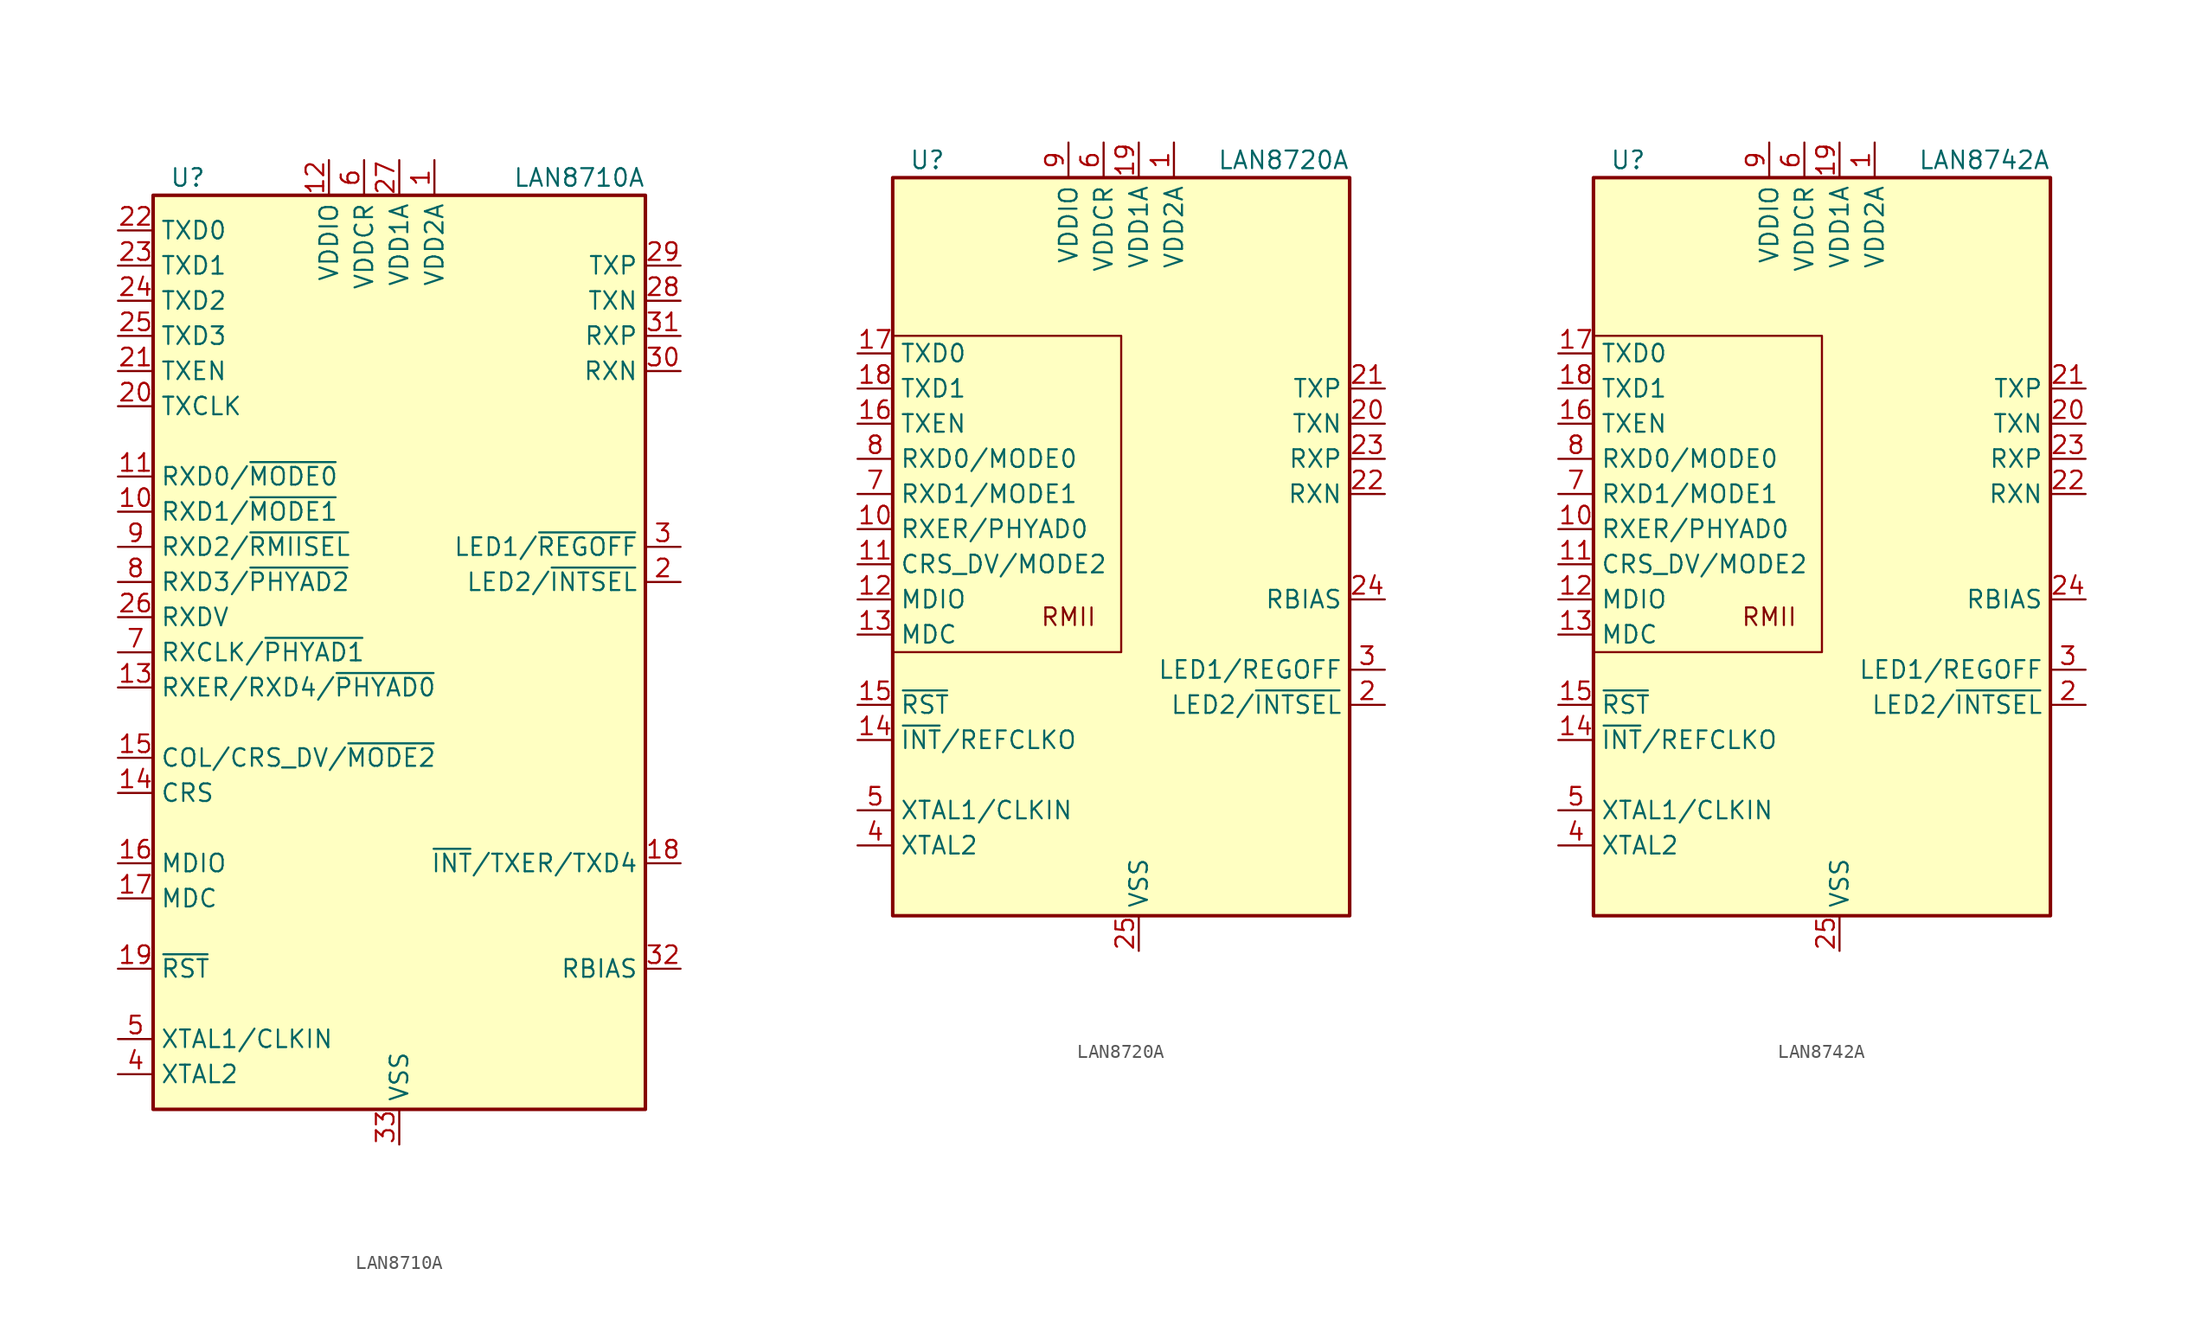
<source format=kicad_sym>
(kicad_symbol_lib
  (version 20241209)
  (generator "kicad_symbol_editor")
  (generator_version "9.0")
  (symbol "LAN8710A"
    (property "Reference" "U"
      (at -13.97 34.29 0)
      (effects (font (size 1.27 1.27)) (justify right)))
    (property "Value" "LAN8710A"
      (at 17.78 34.29 0)
      (effects (font (size 1.27 1.27)) (justify right)))
    (symbol "LAN8710A_0_1"
      (rectangle (start -17.78 33.02) (end 17.78 -33.02) (stroke (width 0.254) (type default)) (fill (type background))))
    (symbol "LAN8710A_1_1"
      (pin input line (at -20.32 30.48 0) (length 2.54) (name "TXD0" (effects (font (size 1.27 1.27)))) (number "22" (effects (font (size 1.27 1.27)))))
      (pin input line (at -20.32 27.94 0) (length 2.54) (name "TXD1" (effects (font (size 1.27 1.27)))) (number "23" (effects (font (size 1.27 1.27)))))
      (pin input line (at -20.32 25.4 0) (length 2.54) (name "TXD2" (effects (font (size 1.27 1.27)))) (number "24" (effects (font (size 1.27 1.27)))))
      (pin input line (at -20.32 22.86 0) (length 2.54) (name "TXD3" (effects (font (size 1.27 1.27)))) (number "25" (effects (font (size 1.27 1.27)))))
      (pin input line (at -20.32 20.32 0) (length 2.54) (name "TXEN" (effects (font (size 1.27 1.27)))) (number "21" (effects (font (size 1.27 1.27)))))
      (pin output line (at -20.32 17.78 0) (length 2.54) (name "TXCLK" (effects (font (size 1.27 1.27)))) (number "20" (effects (font (size 1.27 1.27)))))
      (pin bidirectional line (at -20.32 12.7 0) (length 2.54) (name "RXD0/~{MODE0}" (effects (font (size 1.27 1.27)))) (number "11" (effects (font (size 1.27 1.27)))))
      (pin bidirectional line (at -20.32 10.16 0) (length 2.54) (name "RXD1/~{MODE1}" (effects (font (size 1.27 1.27)))) (number "10" (effects (font (size 1.27 1.27)))))
      (pin bidirectional line (at -20.32 7.62 0) (length 2.54) (name "RXD2/~{RMIISEL}" (effects (font (size 1.27 1.27)))) (number "9" (effects (font (size 1.27 1.27)))))
      (pin bidirectional line (at -20.32 5.08 0) (length 2.54) (name "RXD3/~{PHYAD2}" (effects (font (size 1.27 1.27)))) (number "8" (effects (font (size 1.27 1.27)))))
      (pin output line (at -20.32 2.54 0) (length 2.54) (name "RXDV" (effects (font (size 1.27 1.27)))) (number "26" (effects (font (size 1.27 1.27)))))
      (pin bidirectional line (at -20.32 0 0) (length 2.54) (name "RXCLK/~{PHYAD1}" (effects (font (size 1.27 1.27)))) (number "7" (effects (font (size 1.27 1.27)))))
      (pin bidirectional line (at -20.32 -2.54 0) (length 2.54) (name "RXER/RXD4/~{PHYAD0}" (effects (font (size 1.27 1.27)))) (number "13" (effects (font (size 1.27 1.27)))))
      (pin bidirectional line (at -20.32 -7.62 0) (length 2.54) (name "COL/CRS_DV/~{MODE2}" (effects (font (size 1.27 1.27)))) (number "15" (effects (font (size 1.27 1.27)))))
      (pin output line (at -20.32 -10.16 0) (length 2.54) (name "CRS" (effects (font (size 1.27 1.27)))) (number "14" (effects (font (size 1.27 1.27)))))
      (pin bidirectional line (at -20.32 -15.24 0) (length 2.54) (name "MDIO" (effects (font (size 1.27 1.27)))) (number "16" (effects (font (size 1.27 1.27)))))
      (pin input line (at -20.32 -17.78 0) (length 2.54) (name "MDC" (effects (font (size 1.27 1.27)))) (number "17" (effects (font (size 1.27 1.27)))))
      (pin input line (at -20.32 -22.86 0) (length 2.54) (name "~{RST}" (effects (font (size 1.27 1.27)))) (number "19" (effects (font (size 1.27 1.27)))))
      (pin input line (at -20.32 -27.94 0) (length 2.54) (name "XTAL1/CLKIN" (effects (font (size 1.27 1.27)))) (number "5" (effects (font (size 1.27 1.27)))))
      (pin output line (at -20.32 -30.48 0) (length 2.54) (name "XTAL2" (effects (font (size 1.27 1.27)))) (number "4" (effects (font (size 1.27 1.27)))))
      (pin power_in line (at -5.08 35.56 270) (length 2.54) (name "VDDIO" (effects (font (size 1.27 1.27)))) (number "12" (effects (font (size 1.27 1.27)))))
      (pin power_in line (at -2.54 35.56 270) (length 2.54) (name "VDDCR" (effects (font (size 1.27 1.27)))) (number "6" (effects (font (size 1.27 1.27)))))
      (pin power_in line (at 0 35.56 270) (length 2.54) (name "VDD1A" (effects (font (size 1.27 1.27)))) (number "27" (effects (font (size 1.27 1.27)))))
      (pin power_in line (at 0 -35.56 90) (length 2.54) (name "VSS" (effects (font (size 1.27 1.27)))) (number "33" (effects (font (size 1.27 1.27)))))
      (pin power_in line (at 2.54 35.56 270) (length 2.54) (name "VDD2A" (effects (font (size 1.27 1.27)))) (number "1" (effects (font (size 1.27 1.27)))))
      (pin bidirectional line (at 20.32 27.94 180) (length 2.54) (name "TXP" (effects (font (size 1.27 1.27)))) (number "29" (effects (font (size 1.27 1.27)))))
      (pin bidirectional line (at 20.32 25.4 180) (length 2.54) (name "TXN" (effects (font (size 1.27 1.27)))) (number "28" (effects (font (size 1.27 1.27)))))
      (pin bidirectional line (at 20.32 22.86 180) (length 2.54) (name "RXP" (effects (font (size 1.27 1.27)))) (number "31" (effects (font (size 1.27 1.27)))))
      (pin bidirectional line (at 20.32 20.32 180) (length 2.54) (name "RXN" (effects (font (size 1.27 1.27)))) (number "30" (effects (font (size 1.27 1.27)))))
      (pin bidirectional line (at 20.32 7.62 180) (length 2.54) (name "LED1/~{REGOFF}" (effects (font (size 1.27 1.27)))) (number "3" (effects (font (size 1.27 1.27)))))
      (pin bidirectional line (at 20.32 5.08 180) (length 2.54) (name "LED2/~{INTSEL}" (effects (font (size 1.27 1.27)))) (number "2" (effects (font (size 1.27 1.27)))))
      (pin bidirectional line (at 20.32 -15.24 180) (length 2.54) (name "~{INT}/TXER/TXD4" (effects (font (size 1.27 1.27)))) (number "18" (effects (font (size 1.27 1.27)))))
      (pin passive line (at 20.32 -22.86 180) (length 2.54) (name "RBIAS" (effects (font (size 1.27 1.27)))) (number "32" (effects (font (size 1.27 1.27)))))))
  (symbol "LAN8720A"
    (property "Reference" "U"
      (at -13.97 29.21 0)
      (effects (font (size 1.27 1.27)) (justify right)))
    (property "Value" "LAN8720A"
      (at 15.24 29.21 0)
      (effects (font (size 1.27 1.27)) (justify right)))
    (symbol "LAN8720A_0_0"
      (text "RMII" (at -5.08 -3.81 0) (effects (font (size 1.27 1.27)))))
    (symbol "LAN8720A_0_1"
      (rectangle (start -17.78 27.94) (end 15.24 -25.4) (stroke (width 0.254) (type default)) (fill (type background)))
      (polyline (pts (xy -17.78 -6.35) (xy -1.27 -6.35) (xy -1.27 16.51) (xy -17.78 16.51)) (stroke (width 0) (type default)) (fill (type none))))
    (symbol "LAN8720A_1_1"
      (pin input line (at -20.32 15.24 0) (length 2.54) (name "TXD0" (effects (font (size 1.27 1.27)))) (number "17" (effects (font (size 1.27 1.27)))))
      (pin input line (at -20.32 12.7 0) (length 2.54) (name "TXD1" (effects (font (size 1.27 1.27)))) (number "18" (effects (font (size 1.27 1.27)))))
      (pin input line (at -20.32 10.16 0) (length 2.54) (name "TXEN" (effects (font (size 1.27 1.27)))) (number "16" (effects (font (size 1.27 1.27)))))
      (pin bidirectional line (at -20.32 7.62 0) (length 2.54) (name "RXD0/MODE0" (effects (font (size 1.27 1.27)))) (number "8" (effects (font (size 1.27 1.27)))))
      (pin bidirectional line (at -20.32 5.08 0) (length 2.54) (name "RXD1/MODE1" (effects (font (size 1.27 1.27)))) (number "7" (effects (font (size 1.27 1.27)))))
      (pin output line (at -20.32 2.54 0) (length 2.54) (name "RXER/PHYAD0" (effects (font (size 1.27 1.27)))) (number "10" (effects (font (size 1.27 1.27)))))
      (pin bidirectional line (at -20.32 0 0) (length 2.54) (name "CRS_DV/MODE2" (effects (font (size 1.27 1.27)))) (number "11" (effects (font (size 1.27 1.27)))))
      (pin bidirectional line (at -20.32 -2.54 0) (length 2.54) (name "MDIO" (effects (font (size 1.27 1.27)))) (number "12" (effects (font (size 1.27 1.27)))))
      (pin input line (at -20.32 -5.08 0) (length 2.54) (name "MDC" (effects (font (size 1.27 1.27)))) (number "13" (effects (font (size 1.27 1.27)))))
      (pin input line (at -20.32 -10.16 0) (length 2.54) (name "~{RST}" (effects (font (size 1.27 1.27)))) (number "15" (effects (font (size 1.27 1.27)))))
      (pin output line (at -20.32 -12.7 0) (length 2.54) (name "~{INT}/REFCLKO" (effects (font (size 1.27 1.27)))) (number "14" (effects (font (size 1.27 1.27)))))
      (pin input line (at -20.32 -17.78 0) (length 2.54) (name "XTAL1/CLKIN" (effects (font (size 1.27 1.27)))) (number "5" (effects (font (size 1.27 1.27)))))
      (pin output line (at -20.32 -20.32 0) (length 2.54) (name "XTAL2" (effects (font (size 1.27 1.27)))) (number "4" (effects (font (size 1.27 1.27)))))
      (pin power_in line (at -5.08 30.48 270) (length 2.54) (name "VDDIO" (effects (font (size 1.27 1.27)))) (number "9" (effects (font (size 1.27 1.27)))))
      (pin power_in line (at -2.54 30.48 270) (length 2.54) (name "VDDCR" (effects (font (size 1.27 1.27)))) (number "6" (effects (font (size 1.27 1.27)))))
      (pin power_in line (at 0 30.48 270) (length 2.54) (name "VDD1A" (effects (font (size 1.27 1.27)))) (number "19" (effects (font (size 1.27 1.27)))))
      (pin power_in line (at 0 -27.94 90) (length 2.54) (name "VSS" (effects (font (size 1.27 1.27)))) (number "25" (effects (font (size 1.27 1.27)))))
      (pin power_in line (at 2.54 30.48 270) (length 2.54) (name "VDD2A" (effects (font (size 1.27 1.27)))) (number "1" (effects (font (size 1.27 1.27)))))
      (pin bidirectional line (at 17.78 12.7 180) (length 2.54) (name "TXP" (effects (font (size 1.27 1.27)))) (number "21" (effects (font (size 1.27 1.27)))))
      (pin bidirectional line (at 17.78 10.16 180) (length 2.54) (name "TXN" (effects (font (size 1.27 1.27)))) (number "20" (effects (font (size 1.27 1.27)))))
      (pin bidirectional line (at 17.78 7.62 180) (length 2.54) (name "RXP" (effects (font (size 1.27 1.27)))) (number "23" (effects (font (size 1.27 1.27)))))
      (pin bidirectional line (at 17.78 5.08 180) (length 2.54) (name "RXN" (effects (font (size 1.27 1.27)))) (number "22" (effects (font (size 1.27 1.27)))))
      (pin passive line (at 17.78 -2.54 180) (length 2.54) (name "RBIAS" (effects (font (size 1.27 1.27)))) (number "24" (effects (font (size 1.27 1.27)))))
      (pin bidirectional line (at 17.78 -7.62 180) (length 2.54) (name "LED1/REGOFF" (effects (font (size 1.27 1.27)))) (number "3" (effects (font (size 1.27 1.27)))))
      (pin bidirectional line (at 17.78 -10.16 180) (length 2.54) (name "LED2/~{INTSEL}" (effects (font (size 1.27 1.27)))) (number "2" (effects (font (size 1.27 1.27)))))))
  (symbol "LAN8742A"
    (property "Reference" "U"
      (at -13.97 29.21 0)
      (effects (font (size 1.27 1.27)) (justify right)))
    (property "Value" "LAN8742A"
      (at 15.24 29.21 0)
      (effects (font (size 1.27 1.27)) (justify right)))
    (symbol "LAN8742A_0_0"
      (text "RMII" (at -5.08 -3.81 0) (effects (font (size 1.27 1.27)))))
    (symbol "LAN8742A_0_1"
      (rectangle (start -17.78 27.94) (end 15.24 -25.4) (stroke (width 0.254) (type default)) (fill (type background)))
      (polyline (pts (xy -17.78 -6.35) (xy -1.27 -6.35) (xy -1.27 16.51) (xy -17.78 16.51)) (stroke (width 0) (type default)) (fill (type none))))
    (symbol "LAN8742A_1_1"
      (pin input line (at -20.32 15.24 0) (length 2.54) (name "TXD0" (effects (font (size 1.27 1.27)))) (number "17" (effects (font (size 1.27 1.27)))))
      (pin input line (at -20.32 12.7 0) (length 2.54) (name "TXD1" (effects (font (size 1.27 1.27)))) (number "18" (effects (font (size 1.27 1.27)))))
      (pin input line (at -20.32 10.16 0) (length 2.54) (name "TXEN" (effects (font (size 1.27 1.27)))) (number "16" (effects (font (size 1.27 1.27)))))
      (pin bidirectional line (at -20.32 7.62 0) (length 2.54) (name "RXD0/MODE0" (effects (font (size 1.27 1.27)))) (number "8" (effects (font (size 1.27 1.27)))))
      (pin bidirectional line (at -20.32 5.08 0) (length 2.54) (name "RXD1/MODE1" (effects (font (size 1.27 1.27)))) (number "7" (effects (font (size 1.27 1.27)))))
      (pin output line (at -20.32 2.54 0) (length 2.54) (name "RXER/PHYAD0" (effects (font (size 1.27 1.27)))) (number "10" (effects (font (size 1.27 1.27)))))
      (pin bidirectional line (at -20.32 0 0) (length 2.54) (name "CRS_DV/MODE2" (effects (font (size 1.27 1.27)))) (number "11" (effects (font (size 1.27 1.27)))))
      (pin bidirectional line (at -20.32 -2.54 0) (length 2.54) (name "MDIO" (effects (font (size 1.27 1.27)))) (number "12" (effects (font (size 1.27 1.27)))))
      (pin input line (at -20.32 -5.08 0) (length 2.54) (name "MDC" (effects (font (size 1.27 1.27)))) (number "13" (effects (font (size 1.27 1.27)))))
      (pin input line (at -20.32 -10.16 0) (length 2.54) (name "~{RST}" (effects (font (size 1.27 1.27)))) (number "15" (effects (font (size 1.27 1.27)))))
      (pin output line (at -20.32 -12.7 0) (length 2.54) (name "~{INT}/REFCLKO" (effects (font (size 1.27 1.27)))) (number "14" (effects (font (size 1.27 1.27)))))
      (pin input line (at -20.32 -17.78 0) (length 2.54) (name "XTAL1/CLKIN" (effects (font (size 1.27 1.27)))) (number "5" (effects (font (size 1.27 1.27)))))
      (pin output line (at -20.32 -20.32 0) (length 2.54) (name "XTAL2" (effects (font (size 1.27 1.27)))) (number "4" (effects (font (size 1.27 1.27)))))
      (pin power_in line (at -5.08 30.48 270) (length 2.54) (name "VDDIO" (effects (font (size 1.27 1.27)))) (number "9" (effects (font (size 1.27 1.27)))))
      (pin power_in line (at -2.54 30.48 270) (length 2.54) (name "VDDCR" (effects (font (size 1.27 1.27)))) (number "6" (effects (font (size 1.27 1.27)))))
      (pin power_in line (at 0 30.48 270) (length 2.54) (name "VDD1A" (effects (font (size 1.27 1.27)))) (number "19" (effects (font (size 1.27 1.27)))))
      (pin power_in line (at 0 -27.94 90) (length 2.54) (name "VSS" (effects (font (size 1.27 1.27)))) (number "25" (effects (font (size 1.27 1.27)))))
      (pin power_in line (at 2.54 30.48 270) (length 2.54) (name "VDD2A" (effects (font (size 1.27 1.27)))) (number "1" (effects (font (size 1.27 1.27)))))
      (pin passive line (at 17.78 12.7 180) (length 2.54) (name "TXP" (effects (font (size 1.27 1.27)))) (number "21" (effects (font (size 1.27 1.27)))))
      (pin passive line (at 17.78 10.16 180) (length 2.54) (name "TXN" (effects (font (size 1.27 1.27)))) (number "20" (effects (font (size 1.27 1.27)))))
      (pin passive line (at 17.78 7.62 180) (length 2.54) (name "RXP" (effects (font (size 1.27 1.27)))) (number "23" (effects (font (size 1.27 1.27)))))
      (pin passive line (at 17.78 5.08 180) (length 2.54) (name "RXN" (effects (font (size 1.27 1.27)))) (number "22" (effects (font (size 1.27 1.27)))))
      (pin passive line (at 17.78 -2.54 180) (length 2.54) (name "RBIAS" (effects (font (size 1.27 1.27)))) (number "24" (effects (font (size 1.27 1.27)))))
      (pin bidirectional line (at 17.78 -7.62 180) (length 2.54) (name "LED1/REGOFF" (effects (font (size 1.27 1.27)))) (number "3" (effects (font (size 1.27 1.27)))) (alternate "~{INT}/REGOFF" bidirectional line) (alternate "~{PME}/REGOFF" bidirectional line))
      (pin bidirectional line (at 17.78 -10.16 180) (length 2.54) (name "LED2/~{INTSEL}" (effects (font (size 1.27 1.27)))) (number "2" (effects (font (size 1.27 1.27)))) (alternate "~{INT}/~{INTSEL}" output line) (alternate "~{PME}/~{INTSEL}" output line)))))
</source>
